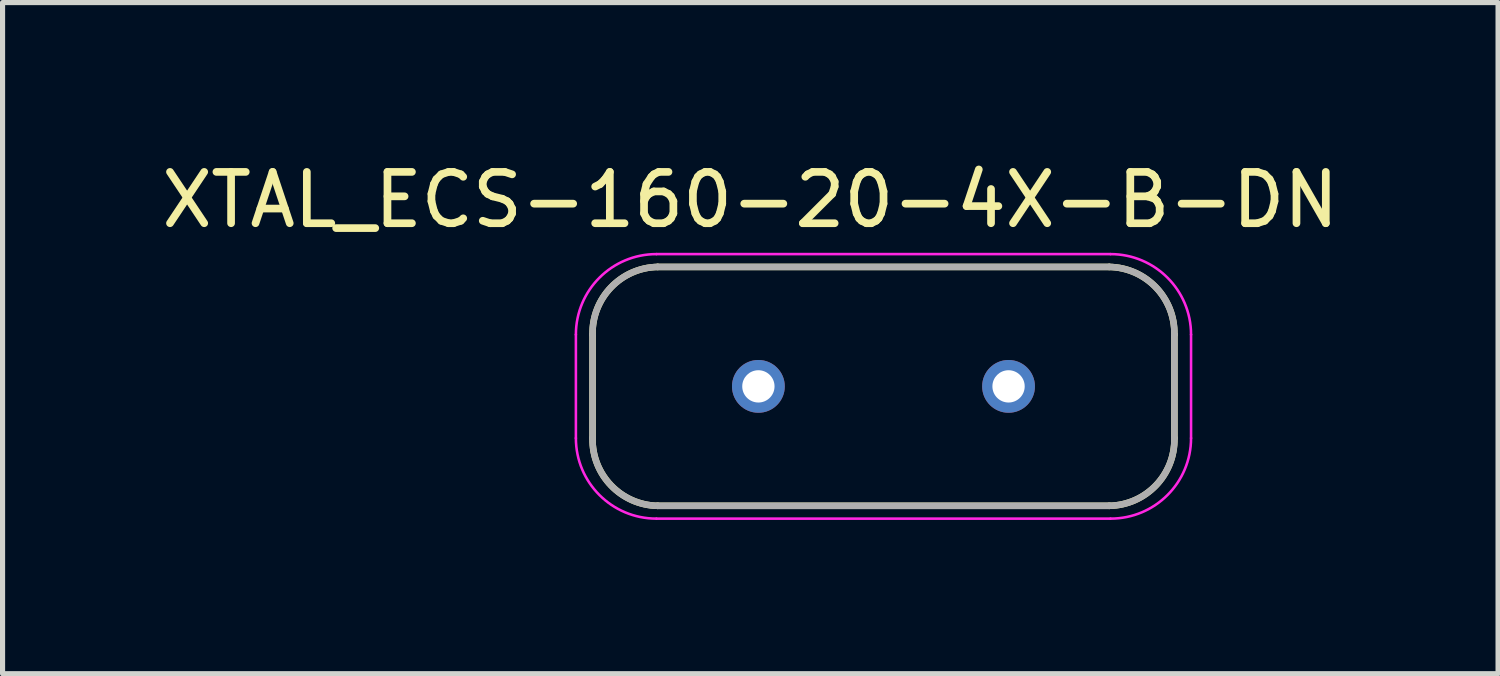
<source format=kicad_pcb>
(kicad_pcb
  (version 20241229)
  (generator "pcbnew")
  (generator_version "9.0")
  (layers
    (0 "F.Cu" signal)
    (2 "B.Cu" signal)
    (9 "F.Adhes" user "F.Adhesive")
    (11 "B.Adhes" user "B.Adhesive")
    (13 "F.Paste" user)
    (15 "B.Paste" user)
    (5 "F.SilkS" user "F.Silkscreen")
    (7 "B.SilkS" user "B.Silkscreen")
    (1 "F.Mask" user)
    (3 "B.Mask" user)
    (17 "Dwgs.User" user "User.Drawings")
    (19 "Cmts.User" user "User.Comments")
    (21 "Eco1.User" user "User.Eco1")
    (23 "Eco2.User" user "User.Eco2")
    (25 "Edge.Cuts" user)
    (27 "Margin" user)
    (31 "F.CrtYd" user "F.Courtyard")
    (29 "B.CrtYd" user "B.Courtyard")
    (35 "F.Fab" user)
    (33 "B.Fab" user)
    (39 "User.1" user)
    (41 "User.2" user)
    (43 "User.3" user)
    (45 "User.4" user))
  (footprint "XTAL_ECS-160-20-4X-B-DN"
    (layer "F.Cu")
    (at 14.184 4.487)
    (property "Reference" "XTAL_ECS-160-20-4X-B-DN" (at -2.597 -3.638 0) (layer "F.SilkS") (effects (font (size 1.001 1.001) (thickness 0.15))))
    (attr through_hole)
    (fp_line (start -5.675 1.01) (end -5.675 -1.01) (stroke (width 0.127) (type solid)) (layer "F.SilkS"))
    (fp_line (start -4.405 -2.33) (end 4.405 -2.33) (stroke (width 0.127) (type solid)) (layer "F.SilkS"))
    (fp_line (start 4.405 2.33) (end -4.405 2.33) (stroke (width 0.127) (type solid)) (layer "F.SilkS"))
    (fp_line (start 5.675 -1.01) (end 5.675 1.01) (stroke (width 0.127) (type solid)) (layer "F.SilkS"))
    (fp_arc (start -5.675 -1.01) (mid -5.313381 -1.933026) (end -4.405 -2.33) (stroke (width 0.127) (type solid)) (layer "F.SilkS"))
    (fp_arc (start -4.405 2.33) (mid -5.313381 1.933026) (end -5.675 1.01) (stroke (width 0.127) (type solid)) (layer "F.SilkS"))
    (fp_arc (start 4.405 -2.33) (mid 5.313381 -1.933026) (end 5.675 -1.01) (stroke (width 0.127) (type solid)) (layer "F.SilkS"))
    (fp_arc (start 5.675 1.01) (mid 5.313381 1.933026) (end 4.405 2.33) (stroke (width 0.127) (type solid)) (layer "F.SilkS"))
    (fp_line (start -6 1.01) (end -6 -1.01) (stroke (width 0.05) (type solid)) (layer "F.CrtYd"))
    (fp_line (start -4.43 -2.58) (end 4.43 -2.58) (stroke (width 0.05) (type solid)) (layer "F.CrtYd"))
    (fp_line (start 4.43 2.58) (end -4.43 2.58) (stroke (width 0.05) (type solid)) (layer "F.CrtYd"))
    (fp_line (start 6 -1.01) (end 6 1.01) (stroke (width 0.05) (type solid)) (layer "F.CrtYd"))
    (fp_arc (start -6 -1.01) (mid -5.540158 -2.120158) (end -4.43 -2.58) (stroke (width 0.05) (type solid)) (layer "F.CrtYd"))
    (fp_arc (start -4.43 2.58) (mid -5.540158 2.120158) (end -6 1.01) (stroke (width 0.05) (type solid)) (layer "F.CrtYd"))
    (fp_arc (start 4.43 -2.58) (mid 5.540158 -2.120158) (end 6 -1.01) (stroke (width 0.05) (type solid)) (layer "F.CrtYd"))
    (fp_arc (start 6 1.01) (mid 5.540158 2.120158) (end 4.43 2.58) (stroke (width 0.05) (type solid)) (layer "F.CrtYd"))
    (fp_line (start -5.675 1.01) (end -5.675 -1.01) (stroke (width 0.127) (type solid)) (layer "F.Fab"))
    (fp_line (start -4.405 -2.33) (end 4.405 -2.33) (stroke (width 0.127) (type solid)) (layer "F.Fab"))
    (fp_line (start 4.405 2.33) (end -4.405 2.33) (stroke (width 0.127) (type solid)) (layer "F.Fab"))
    (fp_line (start 5.675 -1.01) (end 5.675 1.01) (stroke (width 0.127) (type solid)) (layer "F.Fab"))
    (fp_arc (start -5.675 -1.01) (mid -5.313381 -1.933026) (end -4.405 -2.33) (stroke (width 0.127) (type solid)) (layer "F.Fab"))
    (fp_arc (start -4.405 2.33) (mid -5.313381 1.933026) (end -5.675 1.01) (stroke (width 0.127) (type solid)) (layer "F.Fab"))
    (fp_arc (start 4.405 -2.33) (mid 5.313381 -1.933026) (end 5.675 -1.01) (stroke (width 0.127) (type solid)) (layer "F.Fab"))
    (fp_arc (start 5.675 1.01) (mid 5.313381 1.933026) (end 4.405 2.33) (stroke (width 0.127) (type solid)) (layer "F.Fab"))
    (pad "1" thru_hole circle (at -2.44 0) (size 1.03 1.03) (drill 0.63) (layers "*.Cu" "*.Mask"))
    (pad "2" thru_hole circle (at 2.44 0) (size 1.03 1.03) (drill 0.63) (layers "*.Cu" "*.Mask")))
  (gr_rect
    (start -3 -3)
    (end 26.173 10.092)
    (stroke (width 0.1) (type default))
    (fill no)
    (layer "Edge.Cuts")))
</source>
